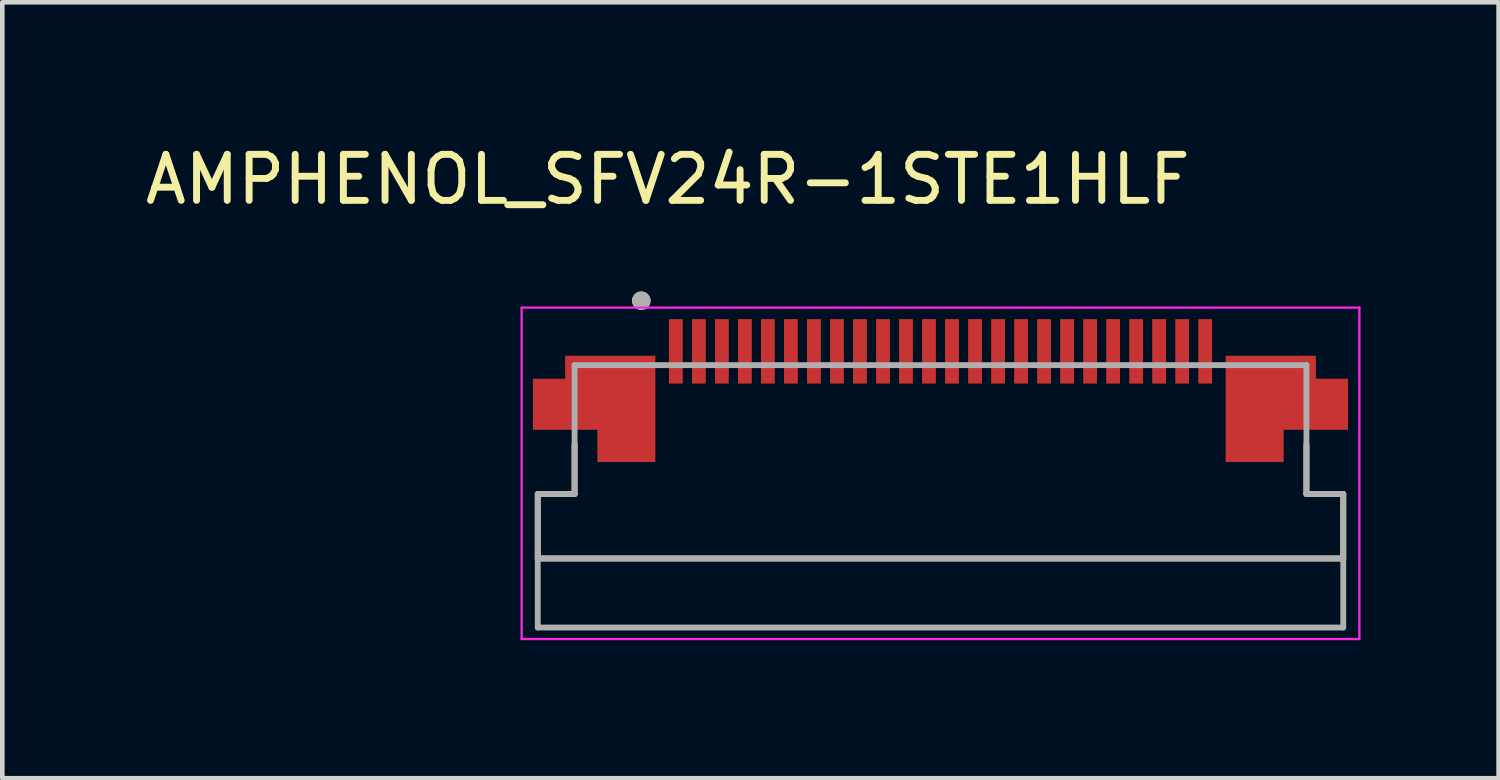
<source format=kicad_pcb>
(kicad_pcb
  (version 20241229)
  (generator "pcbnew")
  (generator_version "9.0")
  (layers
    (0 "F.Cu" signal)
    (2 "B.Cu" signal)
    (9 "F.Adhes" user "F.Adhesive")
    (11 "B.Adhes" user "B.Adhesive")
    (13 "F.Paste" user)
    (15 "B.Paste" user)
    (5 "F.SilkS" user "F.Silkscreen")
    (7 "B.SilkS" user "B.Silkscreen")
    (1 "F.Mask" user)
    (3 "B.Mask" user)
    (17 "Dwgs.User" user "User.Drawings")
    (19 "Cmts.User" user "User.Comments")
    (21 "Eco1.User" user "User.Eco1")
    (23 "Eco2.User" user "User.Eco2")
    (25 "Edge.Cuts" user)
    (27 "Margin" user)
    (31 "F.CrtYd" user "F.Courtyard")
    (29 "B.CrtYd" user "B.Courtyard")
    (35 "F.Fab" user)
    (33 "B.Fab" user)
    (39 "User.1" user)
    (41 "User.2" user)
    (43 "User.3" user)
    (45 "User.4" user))
  (footprint "AMPHENOL_SFV24R-1STE1HLF"
    (layer "F.Cu")
    (at 17.383 6.983)
    (property "Reference" "AMPHENOL_SFV24R-1STE1HLF" (at -5.925 -6.135 0) (layer "F.SilkS") (effects (font (size 1 1) (thickness 0.15))))
    (attr smd)
    (fp_poly (pts (xy -8.25 -2.4) (xy -6.1 -2.4) (xy -6.1 0.1) (xy -7.55 0.1) (xy -7.55 -0.6) (xy -8.95 -0.6) (xy -8.95 -1.9) (xy -8.25 -1.9)) (stroke (width 0.01) (type solid)) (fill yes) (layer "F.Mask"))
    (fp_poly (pts (xy 8.25 -2.4) (xy 6.1 -2.4) (xy 6.1 0.1) (xy 7.55 0.1) (xy 7.55 -0.6) (xy 8.95 -0.6) (xy 8.95 -1.9) (xy 8.25 -1.9)) (stroke (width 0.01) (type solid)) (fill yes) (layer "F.Mask"))
    (fp_line (start -8.75 0.7) (end -8.75 2.1) (stroke (width 0.127) (type solid)) (layer "F.SilkS"))
    (fp_line (start -8.75 2.1) (end 8.75 2.1) (stroke (width 0.127) (type solid)) (layer "F.SilkS"))
    (fp_line (start -7.95 -0.38) (end -7.95 0.7) (stroke (width 0.127) (type solid)) (layer "F.SilkS"))
    (fp_line (start -7.95 0.7) (end -8.75 0.7) (stroke (width 0.127) (type solid)) (layer "F.SilkS"))
    (fp_line (start 7.95 0.7) (end 7.95 -0.38) (stroke (width 0.127) (type solid)) (layer "F.SilkS"))
    (fp_line (start 8.75 0.7) (end 7.95 0.7) (stroke (width 0.127) (type solid)) (layer "F.SilkS"))
    (fp_line (start 8.75 2.1) (end 8.75 0.7) (stroke (width 0.127) (type solid)) (layer "F.SilkS"))
    (fp_circle (center -6.5 -3.5) (end -6.4 -3.5) (stroke (width 0.2) (type solid)) (fill no) (layer "F.SilkS"))
    (fp_poly (pts (xy -8.15 -2.3) (xy -6.2 -2.3) (xy -6.2 0) (xy -7.45 0) (xy -7.45 -0.7) (xy -8.85 -0.7) (xy -8.85 -1.8) (xy -8.15 -1.8)) (stroke (width 0.01) (type solid)) (fill yes) (layer "F.Paste"))
    (fp_poly (pts (xy 8.15 -2.3) (xy 6.2 -2.3) (xy 6.2 0) (xy 7.45 0) (xy 7.45 -0.7) (xy 8.85 -0.7) (xy 8.85 -1.8) (xy 8.15 -1.8)) (stroke (width 0.01) (type solid)) (fill yes) (layer "F.Paste"))
    (fp_line (start -9.1 -3.35) (end 9.1 -3.35) (stroke (width 0.05) (type solid)) (layer "F.CrtYd"))
    (fp_line (start -9.1 3.85) (end -9.1 -3.35) (stroke (width 0.05) (type solid)) (layer "F.CrtYd"))
    (fp_line (start 9.1 -3.35) (end 9.1 3.85) (stroke (width 0.05) (type solid)) (layer "F.CrtYd"))
    (fp_line (start 9.1 3.85) (end -9.1 3.85) (stroke (width 0.05) (type solid)) (layer "F.CrtYd"))
    (fp_line (start -8.75 0.7) (end -7.95 0.7) (stroke (width 0.127) (type solid)) (layer "F.Fab"))
    (fp_line (start -8.75 2.1) (end -8.75 0.7) (stroke (width 0.127) (type solid)) (layer "F.Fab"))
    (fp_line (start -8.75 3.6) (end -8.75 2.1) (stroke (width 0.127) (type solid)) (layer "F.Fab"))
    (fp_line (start -7.95 -2.1) (end 7.95 -2.1) (stroke (width 0.127) (type solid)) (layer "F.Fab"))
    (fp_line (start -7.95 0.7) (end -7.95 -2.1) (stroke (width 0.127) (type solid)) (layer "F.Fab"))
    (fp_line (start 7.95 -2.1) (end 7.95 0.7) (stroke (width 0.127) (type solid)) (layer "F.Fab"))
    (fp_line (start 7.95 0.7) (end 8.75 0.7) (stroke (width 0.127) (type solid)) (layer "F.Fab"))
    (fp_line (start 8.75 0.7) (end 8.75 2.1) (stroke (width 0.127) (type solid)) (layer "F.Fab"))
    (fp_line (start 8.75 2.1) (end -8.75 2.1) (stroke (width 0.127) (type solid)) (layer "F.Fab"))
    (fp_line (start 8.75 2.1) (end 8.75 3.6) (stroke (width 0.127) (type solid)) (layer "F.Fab"))
    (fp_line (start 8.75 3.6) (end -8.75 3.6) (stroke (width 0.127) (type solid)) (layer "F.Fab"))
    (fp_circle (center -6.5 -3.5) (end -6.4 -3.5) (stroke (width 0.2) (type solid)) (fill no) (layer "F.Fab"))
    (pad "1" smd rect (at 5.75 -2.4) (size 0.3 1.4) (layers "F.Cu" "F.Mask" "F.Paste"))
    (pad "2" smd rect (at 5.25 -2.4) (size 0.3 1.4) (layers "F.Cu" "F.Mask" "F.Paste"))
    (pad "3" smd rect (at 4.75 -2.4) (size 0.3 1.4) (layers "F.Cu" "F.Mask" "F.Paste"))
    (pad "4" smd rect (at 4.25 -2.4) (size 0.3 1.4) (layers "F.Cu" "F.Mask" "F.Paste"))
    (pad "5" smd rect (at 3.75 -2.4) (size 0.3 1.4) (layers "F.Cu" "F.Mask" "F.Paste"))
    (pad "6" smd rect (at 3.25 -2.4) (size 0.3 1.4) (layers "F.Cu" "F.Mask" "F.Paste"))
    (pad "7" smd rect (at 2.75 -2.4) (size 0.3 1.4) (layers "F.Cu" "F.Mask" "F.Paste"))
    (pad "8" smd rect (at 2.25 -2.4) (size 0.3 1.4) (layers "F.Cu" "F.Mask" "F.Paste"))
    (pad "9" smd rect (at 1.75 -2.4) (size 0.3 1.4) (layers "F.Cu" "F.Mask" "F.Paste"))
    (pad "10" smd rect (at 1.25 -2.4) (size 0.3 1.4) (layers "F.Cu" "F.Mask" "F.Paste"))
    (pad "11" smd rect (at 0.75 -2.4) (size 0.3 1.4) (layers "F.Cu" "F.Mask" "F.Paste"))
    (pad "12" smd rect (at 0.25 -2.4) (size 0.3 1.4) (layers "F.Cu" "F.Mask" "F.Paste"))
    (pad "13" smd rect (at -0.25 -2.4) (size 0.3 1.4) (layers "F.Cu" "F.Mask" "F.Paste"))
    (pad "14" smd rect (at -0.75 -2.4) (size 0.3 1.4) (layers "F.Cu" "F.Mask" "F.Paste"))
    (pad "15" smd rect (at -1.25 -2.4) (size 0.3 1.4) (layers "F.Cu" "F.Mask" "F.Paste"))
    (pad "16" smd rect (at -1.75 -2.4) (size 0.3 1.4) (layers "F.Cu" "F.Mask" "F.Paste"))
    (pad "17" smd rect (at -2.25 -2.4) (size 0.3 1.4) (layers "F.Cu" "F.Mask" "F.Paste"))
    (pad "18" smd rect (at -2.75 -2.4) (size 0.3 1.4) (layers "F.Cu" "F.Mask" "F.Paste"))
    (pad "19" smd rect (at -3.25 -2.4) (size 0.3 1.4) (layers "F.Cu" "F.Mask" "F.Paste"))
    (pad "20" smd rect (at -3.75 -2.4) (size 0.3 1.4) (layers "F.Cu" "F.Mask" "F.Paste"))
    (pad "21" smd rect (at -4.25 -2.4) (size 0.3 1.4) (layers "F.Cu" "F.Mask" "F.Paste"))
    (pad "22" smd rect (at -4.75 -2.4) (size 0.3 1.4) (layers "F.Cu" "F.Mask" "F.Paste"))
    (pad "23" smd rect (at -5.25 -2.4) (size 0.3 1.4) (layers "F.Cu" "F.Mask" "F.Paste"))
    (pad "24" smd rect (at -5.75 -2.4) (size 0.3 1.4) (layers "F.Cu" "F.Mask" "F.Paste"))
    (pad "SH1" smd custom (at -7.175 -1.5) (size 1 1) (layers "F.Cu") (options (anchor rect)) (primitives (gr_poly (pts (xy -0.975 -0.8) (xy 0.975 -0.8) (xy 0.975 1.5) (xy -0.275 1.5) (xy -0.275 0.8) (xy -1.675 0.8) (xy -1.675 -0.3) (xy -0.975 -0.3)) (width 0.01) (fill yes))))
    (pad "SH2" smd custom (at 7.175 -1.5) (size 1 1) (layers "F.Cu") (options (anchor rect)) (primitives (gr_poly (pts (xy 0.975 -0.8) (xy -0.975 -0.8) (xy -0.975 1.5) (xy 0.275 1.5) (xy 0.275 0.8) (xy 1.675 0.8) (xy 1.675 -0.3) (xy 0.975 -0.3)) (width 0.01) (fill yes)))))
  (gr_rect
    (start -3 -3)
    (end 29.508 13.858)
    (stroke (width 0.1) (type default))
    (fill no)
    (layer "Edge.Cuts")))
</source>
